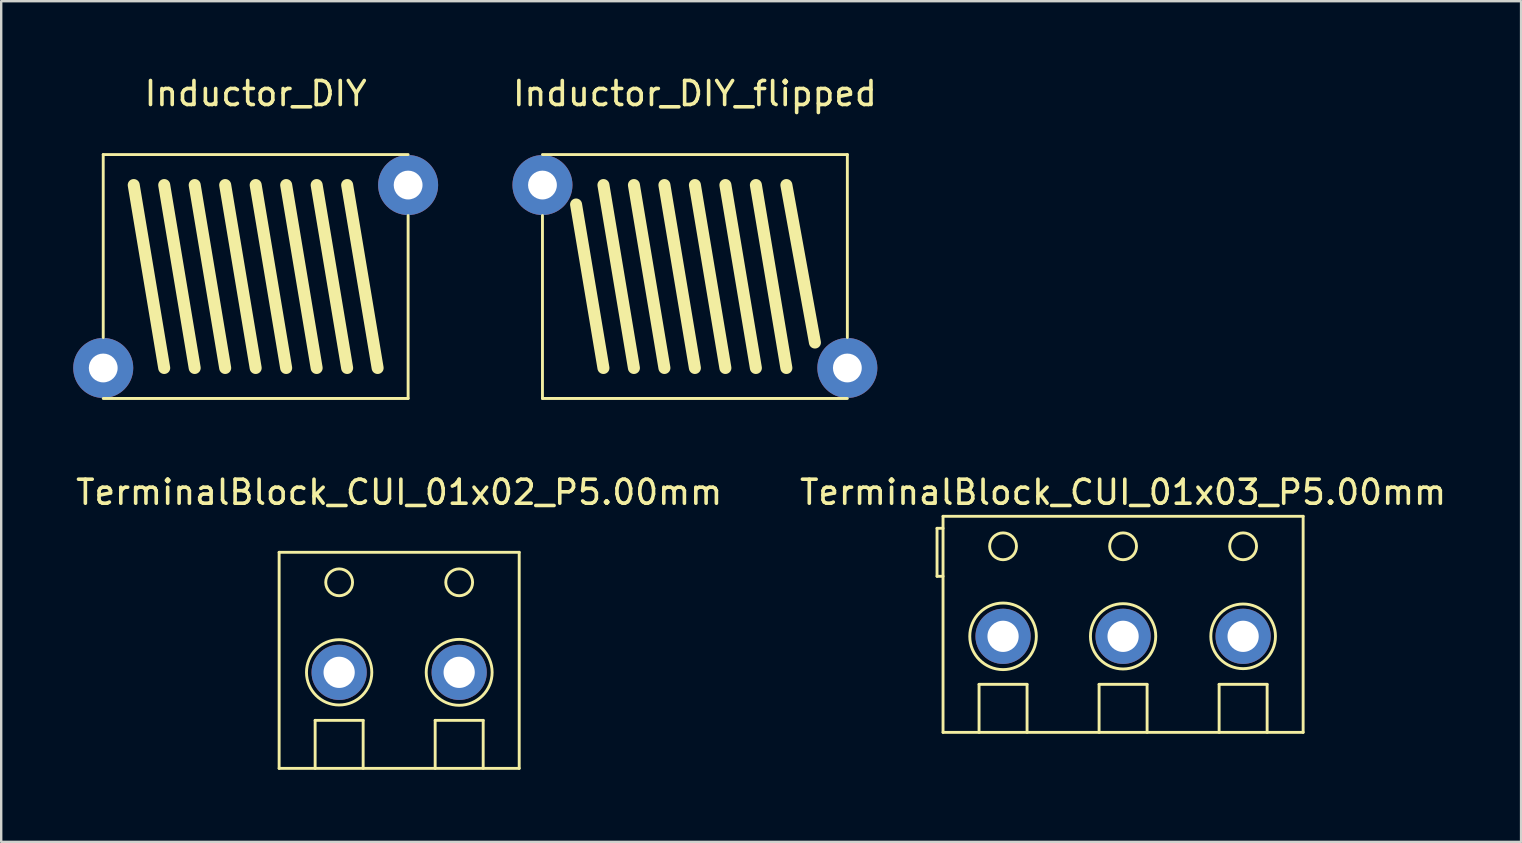
<source format=kicad_pcb>
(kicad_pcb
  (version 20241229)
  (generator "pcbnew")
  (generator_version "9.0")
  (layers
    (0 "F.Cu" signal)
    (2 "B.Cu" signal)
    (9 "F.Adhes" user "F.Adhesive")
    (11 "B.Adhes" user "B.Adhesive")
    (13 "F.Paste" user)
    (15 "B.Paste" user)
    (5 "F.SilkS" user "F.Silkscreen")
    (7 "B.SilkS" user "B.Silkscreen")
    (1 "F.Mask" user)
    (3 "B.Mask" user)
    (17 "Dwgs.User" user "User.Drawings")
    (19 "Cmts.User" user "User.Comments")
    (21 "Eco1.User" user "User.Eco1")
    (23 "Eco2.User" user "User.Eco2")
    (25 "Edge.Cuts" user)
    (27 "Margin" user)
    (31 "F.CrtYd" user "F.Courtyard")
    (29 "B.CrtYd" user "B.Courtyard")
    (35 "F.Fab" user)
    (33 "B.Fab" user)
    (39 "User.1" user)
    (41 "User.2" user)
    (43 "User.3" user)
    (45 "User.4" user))
  (footprint "TerminalBlock_CUI_01x02_P5.00mm"
    (layer "F.Cu")
    (at 13.577 24.956)
    (property "Reference" "TerminalBlock_CUI_01x02_P5.00mm" (at 0 -7.5 0) (layer "F.SilkS") (effects (font (size 1 1) (thickness 0.15))))
    (attr through_hole)
    (fp_line (start -5 -5) (end 5 -5) (stroke (width 0.12) (type solid)) (layer "F.SilkS"))
    (fp_line (start -5 4) (end -5 -5) (stroke (width 0.12) (type solid)) (layer "F.SilkS"))
    (fp_line (start -3.5 2) (end -1.5 2) (stroke (width 0.12) (type solid)) (layer "F.SilkS"))
    (fp_line (start -3.5 4) (end -3.5 2) (stroke (width 0.12) (type solid)) (layer "F.SilkS"))
    (fp_line (start -1.5 2) (end -1.5 4) (stroke (width 0.12) (type solid)) (layer "F.SilkS"))
    (fp_line (start 1.5 2) (end 1.5 4) (stroke (width 0.12) (type solid)) (layer "F.SilkS"))
    (fp_line (start 1.5 2) (end 3.5 2) (stroke (width 0.12) (type solid)) (layer "F.SilkS"))
    (fp_line (start 3.5 2) (end 3.5 4) (stroke (width 0.12) (type solid)) (layer "F.SilkS"))
    (fp_line (start 5 -5) (end 5 4) (stroke (width 0.12) (type solid)) (layer "F.SilkS"))
    (fp_line (start 5 4) (end -5 4) (stroke (width 0.12) (type solid)) (layer "F.SilkS"))
    (fp_circle (center -2.5 -3.75) (end -2.75 -3.25) (stroke (width 0.12) (type solid)) (fill no) (layer "F.SilkS"))
    (fp_circle (center -2.5 0) (end -1.4 -0.8) (stroke (width 0.12) (type solid)) (fill no) (layer "F.SilkS"))
    (fp_circle (center 2.5 -3.75) (end 2 -3.5) (stroke (width 0.12) (type solid)) (fill no) (layer "F.SilkS"))
    (fp_circle (center 2.5 0) (end 3.65 -0.75) (stroke (width 0.12) (type solid)) (fill no) (layer "F.SilkS"))
    (pad "1" thru_hole circle (at -2.5 0) (size 2.3 2.3) (drill 1.3) (layers "*.Cu" "*.Mask"))
    (pad "2" thru_hole circle (at 2.5 0) (size 2.3 2.3) (drill 1.3) (layers "*.Cu" "*.Mask")))
  (footprint "Inductor_DIY_flipped"
    (layer "F.Cu")
    (at 25.896 8.468)
    (property "Reference" "Inductor_DIY_flipped" (at 0 -7.62 0) (layer "F.SilkS") (effects (font (size 1 1) (thickness 0.15))))
    (attr through_hole)
    (fp_line (start -6.35 -2.54) (end -6.35 5.08) (stroke (width 0.12) (type solid)) (layer "F.SilkS"))
    (fp_line (start -6.35 5.08) (end 6.35 5.08) (stroke (width 0.12) (type solid)) (layer "F.SilkS"))
    (fp_line (start -4.95 -3) (end -3.81 3.81) (stroke (width 0.5) (type solid)) (layer "F.SilkS"))
    (fp_line (start -3.81 -3.81) (end -2.54 3.81) (stroke (width 0.5) (type solid)) (layer "F.SilkS"))
    (fp_line (start -2.54 -3.81) (end -1.27 3.81) (stroke (width 0.5) (type solid)) (layer "F.SilkS"))
    (fp_line (start -1.27 -3.81) (end 0 3.81) (stroke (width 0.5) (type solid)) (layer "F.SilkS"))
    (fp_line (start 0 -3.81) (end 1.27 3.81) (stroke (width 0.5) (type solid)) (layer "F.SilkS"))
    (fp_line (start 1.27 -3.81) (end 2.54 3.81) (stroke (width 0.5) (type solid)) (layer "F.SilkS"))
    (fp_line (start 2.54 -3.81) (end 3.81 3.81) (stroke (width 0.5) (type solid)) (layer "F.SilkS"))
    (fp_line (start 3.81 -3.81) (end 5 2.75) (stroke (width 0.5) (type solid)) (layer "F.SilkS"))
    (fp_line (start 6.35 -5.08) (end -6.35 -5.08) (stroke (width 0.12) (type solid)) (layer "F.SilkS"))
    (fp_line (start 6.35 2.54) (end 6.35 -5.08) (stroke (width 0.12) (type solid)) (layer "F.SilkS"))
    (pad "1" thru_hole circle (at -6.35 -3.81) (size 2.5 2.5) (drill 1.2) (layers "*.Cu" "*.Mask"))
    (pad "2" thru_hole circle (at 6.35 3.81) (size 2.5 2.5) (drill 1.2) (layers "*.Cu" "*.Mask")))
  (footprint "Inductor_DIY"
    (layer "F.Cu")
    (at 7.6 8.468)
    (property "Reference" "Inductor_DIY" (at 0 -7.62 0) (layer "F.SilkS") (effects (font (size 1 1) (thickness 0.15))))
    (attr through_hole)
    (fp_line (start -6.35 -5.08) (end -6.35 2.54) (stroke (width 0.12) (type solid)) (layer "F.SilkS"))
    (fp_line (start -6.35 5.08) (end 6.35 5.08) (stroke (width 0.12) (type solid)) (layer "F.SilkS"))
    (fp_line (start -5.08 -3.81) (end -3.81 3.81) (stroke (width 0.5) (type solid)) (layer "F.SilkS"))
    (fp_line (start -3.81 -3.81) (end -2.54 3.81) (stroke (width 0.5) (type solid)) (layer "F.SilkS"))
    (fp_line (start -2.54 -3.81) (end -1.27 3.81) (stroke (width 0.5) (type solid)) (layer "F.SilkS"))
    (fp_line (start -1.27 -3.81) (end 0 3.81) (stroke (width 0.5) (type solid)) (layer "F.SilkS"))
    (fp_line (start 0 -3.81) (end 1.27 3.81) (stroke (width 0.5) (type solid)) (layer "F.SilkS"))
    (fp_line (start 1.27 -3.81) (end 2.54 3.81) (stroke (width 0.5) (type solid)) (layer "F.SilkS"))
    (fp_line (start 2.54 -3.81) (end 3.81 3.81) (stroke (width 0.5) (type solid)) (layer "F.SilkS"))
    (fp_line (start 3.81 -3.81) (end 5.08 3.81) (stroke (width 0.5) (type solid)) (layer "F.SilkS"))
    (fp_line (start 6.35 -5.08) (end -6.35 -5.08) (stroke (width 0.12) (type solid)) (layer "F.SilkS"))
    (fp_line (start 6.35 5.08) (end 6.35 -2.54) (stroke (width 0.12) (type solid)) (layer "F.SilkS"))
    (pad "1" thru_hole circle (at -6.35 3.81) (size 2.5 2.5) (drill 1.2) (layers "*.Cu" "*.Mask"))
    (pad "2" thru_hole circle (at 6.35 -3.81) (size 2.5 2.5) (drill 1.2) (layers "*.Cu" "*.Mask")))
  (footprint "TerminalBlock_CUI_01x03_P5.00mm"
    (layer "F.Cu")
    (at 43.732 23.456)
    (property "Reference" "TerminalBlock_CUI_01x03_P5.00mm" (at 0 -6 0) (layer "F.SilkS") (effects (font (size 1 1) (thickness 0.15))))
    (attr through_hole)
    (fp_line (start -7.75 -4.5) (end -7.75 -2.5) (stroke (width 0.12) (type solid)) (layer "F.SilkS"))
    (fp_line (start -7.75 -2.5) (end -7.5 -2.5) (stroke (width 0.12) (type solid)) (layer "F.SilkS"))
    (fp_line (start -7.5 -5) (end -7.5 4) (stroke (width 0.12) (type solid)) (layer "F.SilkS"))
    (fp_line (start -7.5 -5) (end 7.5 -5) (stroke (width 0.12) (type solid)) (layer "F.SilkS"))
    (fp_line (start -7.5 -4.5) (end -7.75 -4.5) (stroke (width 0.12) (type solid)) (layer "F.SilkS"))
    (fp_line (start -7.5 4) (end 7.5 4) (stroke (width 0.12) (type solid)) (layer "F.SilkS"))
    (fp_line (start -6 2) (end -6 4) (stroke (width 0.12) (type solid)) (layer "F.SilkS"))
    (fp_line (start -6 2) (end -4 2) (stroke (width 0.12) (type solid)) (layer "F.SilkS"))
    (fp_line (start -4 2) (end -4 4) (stroke (width 0.12) (type solid)) (layer "F.SilkS"))
    (fp_line (start -1 2) (end -1 4) (stroke (width 0.12) (type solid)) (layer "F.SilkS"))
    (fp_line (start -1 2) (end 1 2) (stroke (width 0.12) (type solid)) (layer "F.SilkS"))
    (fp_line (start 1 2) (end 1 4) (stroke (width 0.12) (type solid)) (layer "F.SilkS"))
    (fp_line (start 4 2) (end 4 4) (stroke (width 0.12) (type solid)) (layer "F.SilkS"))
    (fp_line (start 4 2) (end 6 2) (stroke (width 0.12) (type solid)) (layer "F.SilkS"))
    (fp_line (start 6 2) (end 6 4) (stroke (width 0.12) (type solid)) (layer "F.SilkS"))
    (fp_line (start 7.5 -5) (end 7.5 4) (stroke (width 0.12) (type solid)) (layer "F.SilkS"))
    (fp_circle (center -5 -3.75) (end -5.25 -3.25) (stroke (width 0.12) (type solid)) (fill no) (layer "F.SilkS"))
    (fp_circle (center -5 0) (end -3.75 -0.6) (stroke (width 0.12) (type solid)) (fill no) (layer "F.SilkS"))
    (fp_circle (center 0 -3.75) (end -0.25 -3.25) (stroke (width 0.12) (type solid)) (fill no) (layer "F.SilkS"))
    (fp_circle (center 0 0) (end 1.1 -0.8) (stroke (width 0.12) (type solid)) (fill no) (layer "F.SilkS"))
    (fp_circle (center 5 -3.75) (end 4.5 -3.5) (stroke (width 0.12) (type solid)) (fill no) (layer "F.SilkS"))
    (fp_circle (center 5 0) (end 6.25 -0.5) (stroke (width 0.12) (type solid)) (fill no) (layer "F.SilkS"))
    (pad "1" thru_hole circle (at -5 0) (size 2.3 2.3) (drill 1.3) (layers "*.Cu" "*.Mask"))
    (pad "2" thru_hole circle (at 0 0) (size 2.3 2.3) (drill 1.3) (layers "*.Cu" "*.Mask"))
    (pad "3" thru_hole circle (at 5 0) (size 2.3 2.3) (drill 1.3) (layers "*.Cu" "*.Mask")))
  (gr_rect
    (start -3 -3)
    (end 60.31 32.017)
    (stroke (width 0.1) (type default))
    (fill no)
    (layer "Edge.Cuts")))
</source>
